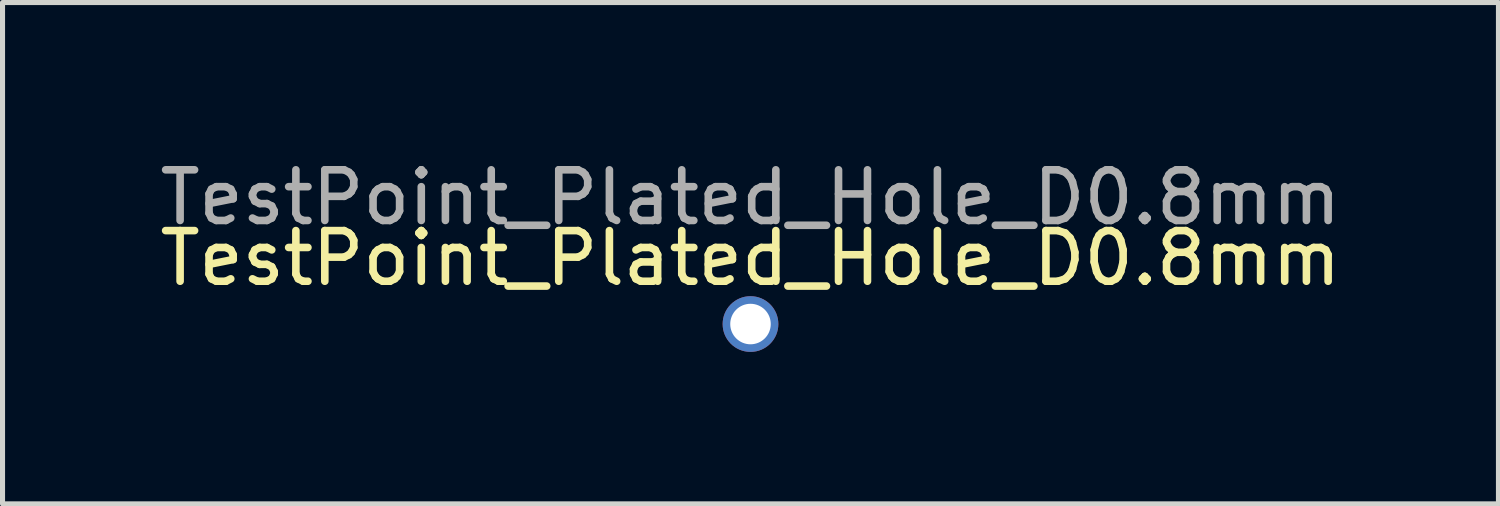
<source format=kicad_pcb>
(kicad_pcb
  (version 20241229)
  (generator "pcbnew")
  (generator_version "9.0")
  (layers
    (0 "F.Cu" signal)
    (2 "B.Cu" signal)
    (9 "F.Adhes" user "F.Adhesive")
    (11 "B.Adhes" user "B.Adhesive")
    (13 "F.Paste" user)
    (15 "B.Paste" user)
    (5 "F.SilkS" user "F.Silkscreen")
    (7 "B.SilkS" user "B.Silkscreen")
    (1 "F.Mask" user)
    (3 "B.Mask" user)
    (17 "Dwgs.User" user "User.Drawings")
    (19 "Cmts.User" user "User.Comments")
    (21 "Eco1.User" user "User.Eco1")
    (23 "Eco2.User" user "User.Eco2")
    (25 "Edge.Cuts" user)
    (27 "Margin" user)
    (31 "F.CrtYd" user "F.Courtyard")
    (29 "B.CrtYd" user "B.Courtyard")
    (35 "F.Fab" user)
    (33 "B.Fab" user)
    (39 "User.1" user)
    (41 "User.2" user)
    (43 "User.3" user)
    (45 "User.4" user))
  (footprint "TestPoint_Plated_Hole_D0.8mm"
    (layer "F.Cu")
    (at 11.768 3.348)
    (property "Reference" "TestPoint_Plated_Hole_D0.8mm" (at 0 -1.3 0) (layer "F.SilkS") (effects (font (size 1 1) (thickness 0.15))))
    (attr exclude_from_pos_files exclude_from_bom)
    (fp_text user "${REFERENCE}" (at 0 -2.5 0) (layer "F.Fab") (effects (font (size 1 1) (thickness 0.15))))
    (pad "1" thru_hole circle (at 0 0) (size 1.1 1.1) (drill 0.8) (layers "*.Cu" "*.Mask")))
  (gr_rect
    (start -3 -3)
    (end 26.536 6.898)
    (stroke (width 0.1) (type default))
    (fill no)
    (layer "Edge.Cuts")))
</source>
